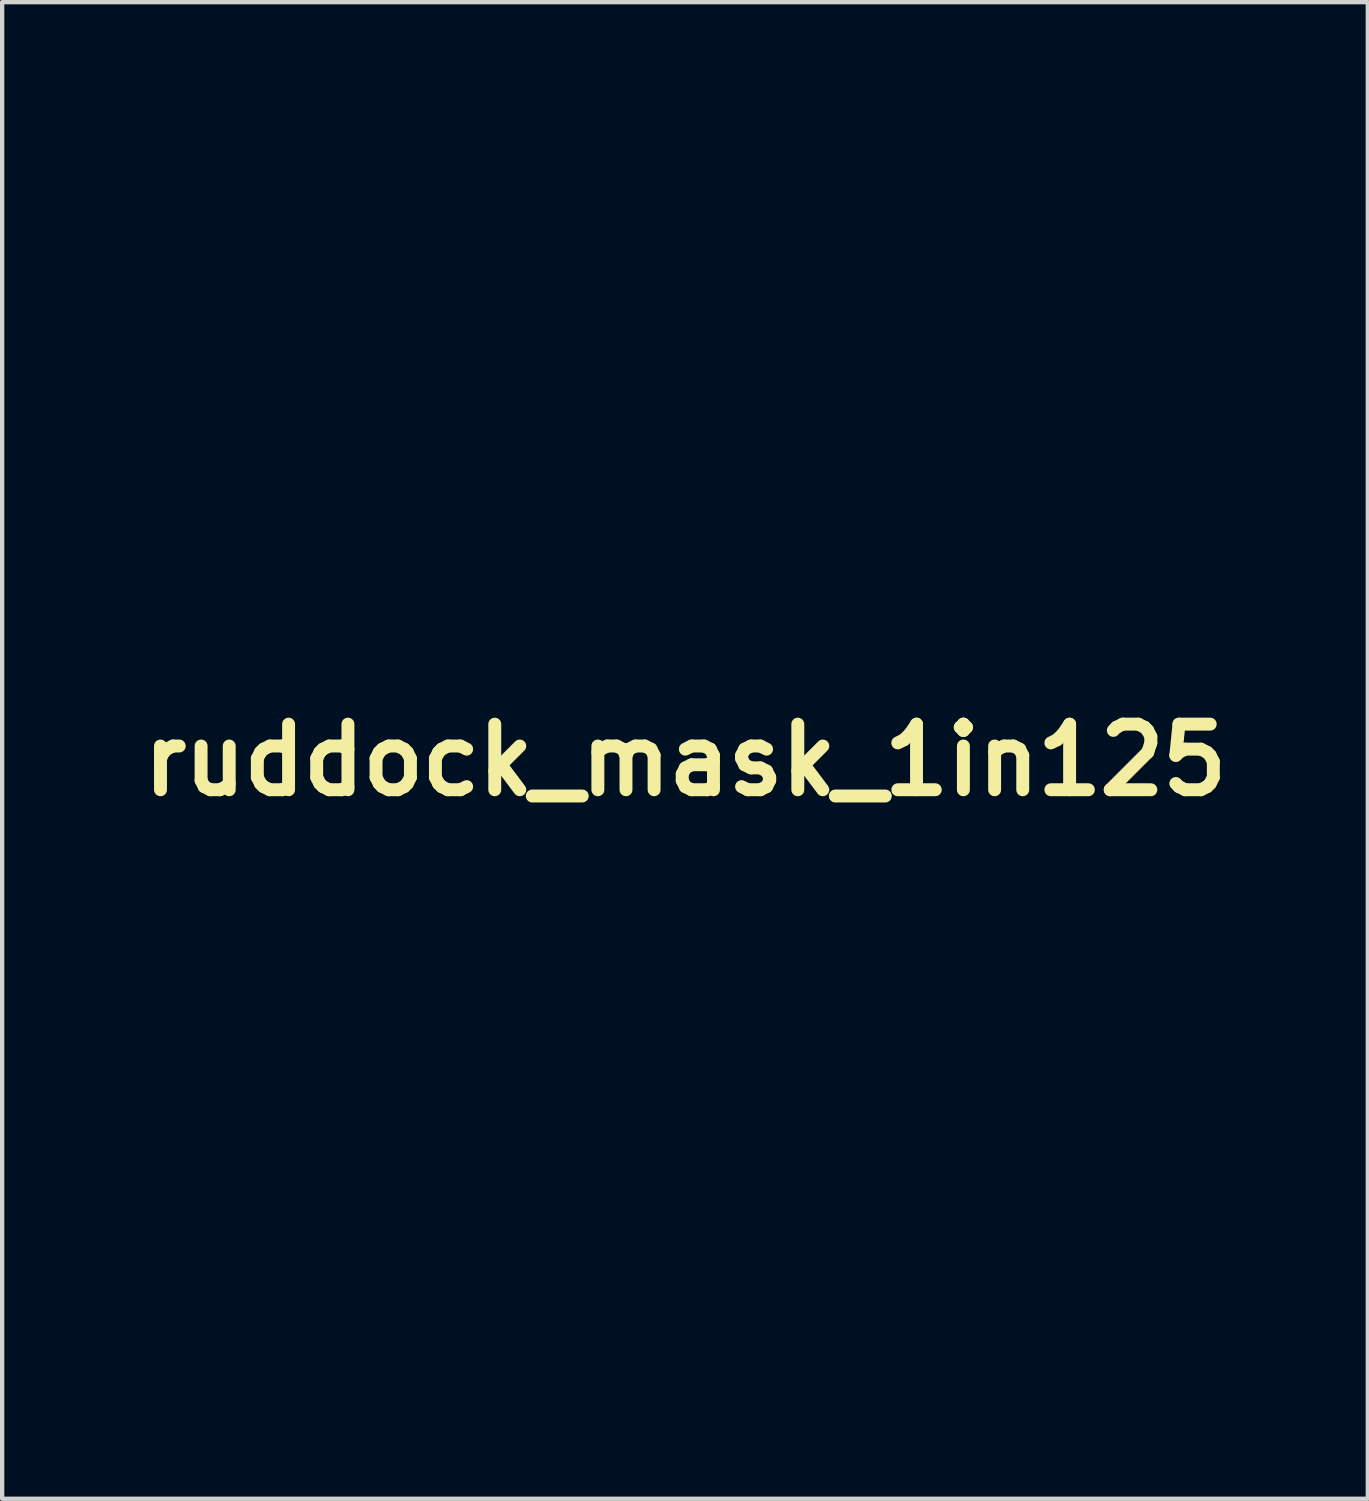
<source format=kicad_pcb>
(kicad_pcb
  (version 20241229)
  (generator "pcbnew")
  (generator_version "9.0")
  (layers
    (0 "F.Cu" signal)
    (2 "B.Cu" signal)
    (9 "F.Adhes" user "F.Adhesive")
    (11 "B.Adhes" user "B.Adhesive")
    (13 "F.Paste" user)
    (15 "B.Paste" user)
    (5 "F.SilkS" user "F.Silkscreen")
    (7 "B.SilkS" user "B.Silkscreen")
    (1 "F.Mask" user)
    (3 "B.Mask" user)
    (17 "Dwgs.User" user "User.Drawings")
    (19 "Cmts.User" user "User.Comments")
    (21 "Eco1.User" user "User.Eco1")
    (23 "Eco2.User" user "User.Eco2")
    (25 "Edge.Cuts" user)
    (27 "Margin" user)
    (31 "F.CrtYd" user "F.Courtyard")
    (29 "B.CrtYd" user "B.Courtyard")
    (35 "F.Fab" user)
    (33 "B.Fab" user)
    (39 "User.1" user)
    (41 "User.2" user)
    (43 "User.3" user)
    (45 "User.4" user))
  (footprint "ruddock_mask_1in125"
    (layer "F.Cu")
    (at 12.87 14.606)
    (property "Reference" "ruddock_mask_1in125" (at 0 0 0) (layer "F.SilkS") (effects (font (size 1.524 1.524) (thickness 0.3))))
    (attr through_hole)
    (fp_poly (pts (xy -8.055 5.722) (xy -7.95 5.762) (xy -7.803 5.83) (xy -7.631 5.919) (xy -7.447 6.02) (xy -7.268 6.127) (xy -7.108 6.23) (xy -7.032 6.284) (xy -6.883 6.403) (xy -6.744 6.528) (xy -6.645 6.634) (xy -6.636 6.645) (xy -6.567 6.748) (xy -6.532 6.846) (xy -6.522 6.974) (xy -6.523 7.055) (xy -6.535 7.193) (xy -6.564 7.387) (xy -6.606 7.612) (xy -6.656 7.843) (xy -6.661 7.866) (xy -6.746 8.254) (xy -6.804 8.578) (xy -6.834 8.853) (xy -6.84 9.092) (xy -6.827 9.281) (xy -6.779 9.538) (xy -6.693 9.767) (xy -6.557 9.997) (xy -6.46 10.129) (xy -6.366 10.254) (xy -6.316 10.332) (xy -6.306 10.383) (xy -6.327 10.425) (xy -6.35 10.452) (xy -6.43 10.516) (xy -6.553 10.592) (xy -6.645 10.639) (xy -6.922 10.724) (xy -7.23 10.735) (xy -7.465 10.697) (xy -7.736 10.593) (xy -7.963 10.421) (xy -8.137 10.192) (xy -8.222 10) (xy -8.269 9.875) (xy -8.313 9.786) (xy -8.334 9.76) (xy -8.388 9.77) (xy -8.47 9.825) (xy -8.492 9.846) (xy -8.655 9.956) (xy -8.879 10.03) (xy -9.168 10.069) (xy -9.404 10.077) (xy -9.8 10.077) (xy -9.709 9.98) (xy -9.653 9.893) (xy -9.603 9.749) (xy -9.552 9.538) (xy -9.536 9.454) (xy -9.483 9.217) (xy -9.421 9.012) (xy -9.359 8.864) (xy -9.351 8.849) (xy -9.247 8.673) (xy -9.357 8.623) (xy -9.599 8.467) (xy -9.807 8.235) (xy -9.927 8.038) (xy -10.104 7.764) (xy -10.305 7.565) (xy -10.529 7.445) (xy -10.584 7.428) (xy -10.764 7.382) (xy -10.556 7.288) (xy -10.391 7.231) (xy -10.199 7.187) (xy -10.092 7.173) (xy -9.942 7.165) (xy -9.838 7.177) (xy -9.744 7.218) (xy -9.654 7.277) (xy -9.529 7.349) (xy -9.356 7.431) (xy -9.165 7.51) (xy -9.1 7.534) (xy -8.817 7.616) (xy -8.582 7.643) (xy -8.384 7.615) (xy -8.272 7.57) (xy -8.171 7.472) (xy -8.098 7.302) (xy -8.053 7.065) (xy -8.038 6.769) (xy -8.053 6.42) (xy -8.085 6.116) (xy -8.104 5.949) (xy -8.113 5.814) (xy -8.11 5.732) (xy -8.106 5.718) (xy -8.055 5.722)) (stroke (width 0.01) (type solid)) (fill yes) (layer "F.Mask"))
    (fp_poly (pts (xy 8.011 5.074) (xy 8.021 5.148) (xy 8.036 5.291) (xy 8.056 5.487) (xy 8.078 5.724) (xy 8.101 5.985) (xy 8.106 6.032) (xy 8.179 6.88) (xy 8.376 6.857) (xy 8.489 6.831) (xy 8.656 6.777) (xy 8.855 6.703) (xy 9.064 6.616) (xy 9.085 6.607) (xy 9.307 6.514) (xy 9.534 6.428) (xy 9.738 6.358) (xy 9.893 6.314) (xy 9.894 6.314) (xy 10.065 6.28) (xy 10.251 6.25) (xy 10.433 6.227) (xy 10.594 6.211) (xy 10.715 6.206) (xy 10.779 6.213) (xy 10.785 6.219) (xy 10.753 6.253) (xy 10.669 6.319) (xy 10.558 6.395) (xy 10.39 6.538) (xy 10.216 6.738) (xy 10.052 6.973) (xy 9.915 7.222) (xy 9.846 7.383) (xy 9.767 7.535) (xy 9.647 7.646) (xy 9.469 7.733) (xy 9.369 7.765) (xy 9.252 7.809) (xy 9.203 7.858) (xy 9.22 7.928) (xy 9.302 8.033) (xy 9.341 8.075) (xy 9.469 8.236) (xy 9.561 8.418) (xy 9.611 8.562) (xy 9.687 8.762) (xy 9.783 8.948) (xy 9.845 9.038) (xy 9.921 9.14) (xy 9.967 9.213) (xy 9.974 9.236) (xy 9.929 9.233) (xy 9.828 9.211) (xy 9.715 9.179) (xy 9.471 9.13) (xy 9.188 9.112) (xy 9.143 9.112) (xy 8.968 9.112) (xy 8.846 9.099) (xy 8.747 9.068) (xy 8.64 9.01) (xy 8.613 8.994) (xy 8.411 8.87) (xy 8.411 8.988) (xy 8.426 9.115) (xy 8.458 9.24) (xy 8.481 9.348) (xy 8.467 9.458) (xy 8.434 9.556) (xy 8.312 9.769) (xy 8.13 9.926) (xy 7.894 10.026) (xy 7.607 10.069) (xy 7.275 10.052) (xy 7.058 10.012) (xy 6.833 9.98) (xy 6.61 9.979) (xy 6.579 9.982) (xy 6.35 10.007) (xy 6.586 9.782) (xy 6.717 9.648) (xy 6.804 9.531) (xy 6.868 9.395) (xy 6.919 9.244) (xy 6.969 9.058) (xy 6.999 8.87) (xy 7.011 8.667) (xy 7.003 8.437) (xy 6.975 8.167) (xy 6.926 7.846) (xy 6.855 7.46) (xy 6.83 7.329) (xy 6.756 6.939) (xy 6.702 6.621) (xy 6.668 6.369) (xy 6.654 6.173) (xy 6.658 6.027) (xy 6.681 5.922) (xy 6.697 5.885) (xy 6.752 5.83) (xy 6.865 5.75) (xy 7.018 5.656) (xy 7.171 5.572) (xy 7.398 5.444) (xy 7.603 5.311) (xy 7.761 5.188) (xy 7.793 5.157) (xy 7.99 4.964) (xy 8.011 5.074)) (stroke (width 0.01) (type solid)) (fill yes) (layer "F.Mask"))
    (fp_poly (pts (xy 11.442 -2.483) (xy 11.585 -2.459) (xy 11.78 -2.417) (xy 11.805 -2.411) (xy 11.982 -2.368) (xy 12.125 -2.328) (xy 12.217 -2.296) (xy 12.242 -2.28) (xy 12.211 -2.249) (xy 12.207 -2.249) (xy 12.159 -2.224) (xy 12.063 -2.159) (xy 11.936 -2.066) (xy 11.793 -1.957) (xy 11.652 -1.845) (xy 11.528 -1.741) (xy 11.513 -1.728) (xy 11.388 -1.618) (xy 11.631 -1.643) (xy 11.851 -1.679) (xy 12.007 -1.744) (xy 12.116 -1.846) (xy 12.179 -1.956) (xy 12.235 -2.06) (xy 12.275 -2.086) (xy 12.29 -2.073) (xy 12.309 -2) (xy 12.32 -1.868) (xy 12.324 -1.701) (xy 12.32 -1.522) (xy 12.31 -1.357) (xy 12.294 -1.228) (xy 12.281 -1.179) (xy 12.166 -0.989) (xy 11.984 -0.836) (xy 11.749 -0.73) (xy 11.54 -0.684) (xy 11.42 -0.663) (xy 11.342 -0.639) (xy 11.326 -0.626) (xy 11.354 -0.579) (xy 11.415 -0.517) (xy 11.542 -0.351) (xy 11.625 -0.127) (xy 11.658 0.141) (xy 11.658 0.17) (xy 11.655 0.314) (xy 11.646 0.421) (xy 11.634 0.469) (xy 11.584 0.471) (xy 11.486 0.449) (xy 11.448 0.436) (xy 11.303 0.401) (xy 11.179 0.416) (xy 11.158 0.423) (xy 11.064 0.447) (xy 11.009 0.446) (xy 11.007 0.445) (xy 10.99 0.395) (xy 10.964 0.286) (xy 10.935 0.137) (xy 10.929 0.103) (xy 10.867 -0.147) (xy 10.769 -0.42) (xy 10.649 -0.684) (xy 10.52 -0.908) (xy 10.475 -0.971) (xy 10.378 -1.077) (xy 10.249 -1.193) (xy 10.18 -1.245) (xy 9.99 -1.381) (xy 10.013 -1.118) (xy 10.027 -0.958) (xy 10.045 -0.749) (xy 10.065 -0.525) (xy 10.075 -0.416) (xy 10.09 -0.187) (xy 10.093 0.012) (xy 10.083 0.157) (xy 10.078 0.184) (xy 9.986 0.412) (xy 9.831 0.62) (xy 9.629 0.79) (xy 9.4 0.906) (xy 9.225 0.947) (xy 9.036 0.969) (xy 9.036 0.778) (xy 9.026 0.635) (xy 9.003 0.508) (xy 8.994 0.479) (xy 8.936 0.381) (xy 8.826 0.243) (xy 8.676 0.079) (xy 8.498 -0.098) (xy 8.305 -0.275) (xy 8.284 -0.293) (xy 8.052 -0.494) (xy 8.07 -0.253) (xy 8.076 -0.11) (xy 8.061 -0.016) (xy 8.017 0.063) (xy 7.963 0.127) (xy 7.84 0.266) (xy 7.615 0.171) (xy 7.472 0.123) (xy 7.279 0.074) (xy 7.068 0.032) (xy 6.975 0.017) (xy 6.617 -0.045) (xy 6.329 -0.121) (xy 6.101 -0.215) (xy 5.92 -0.331) (xy 5.863 -0.38) (xy 5.78 -0.459) (xy 5.74 -0.508) (xy 5.75 -0.529) (xy 5.818 -0.523) (xy 5.951 -0.493) (xy 6.154 -0.439) (xy 6.323 -0.401) (xy 6.467 -0.39) (xy 6.632 -0.403) (xy 6.707 -0.414) (xy 7.077 -0.49) (xy 7.431 -0.598) (xy 7.748 -0.731) (xy 8.006 -0.879) (xy 8.044 -0.907) (xy 8.237 -1.062) (xy 8.448 -1.252) (xy 8.662 -1.459) (xy 8.862 -1.668) (xy 9.035 -1.864) (xy 9.163 -2.031) (xy 9.201 -2.089) (xy 9.341 -2.323) (xy 9.511 -2.26) (xy 9.765 -2.205) (xy 10.056 -2.207) (xy 10.362 -2.266) (xy 10.475 -2.301) (xy 10.677 -2.364) (xy 10.904 -2.423) (xy 11.068 -2.458) (xy 11.209 -2.481) (xy 11.325 -2.49) (xy 11.442 -2.483)) (stroke (width 0.01) (type solid)) (fill yes) (layer "F.Mask"))
    (fp_poly (pts (xy -11.073 -1.525) (xy -10.929 -1.485) (xy -10.86 -1.453) (xy -10.746 -1.405) (xy -10.625 -1.381) (xy -10.468 -1.377) (xy -10.378 -1.38) (xy -10.068 -1.395) (xy -9.988 -1.187) (xy -9.817 -0.851) (xy -9.577 -0.542) (xy -9.316 -0.306) (xy -9.137 -0.177) (xy -8.961 -0.074) (xy -8.776 0.008) (xy -8.568 0.07) (xy -8.326 0.118) (xy -8.037 0.152) (xy -7.69 0.177) (xy -7.286 0.194) (xy -7.012 0.203) (xy -6.808 0.207) (xy -6.657 0.207) (xy -6.547 0.2) (xy -6.462 0.185) (xy -6.389 0.163) (xy -6.312 0.131) (xy -6.311 0.13) (xy -6.155 0.048) (xy -5.99 -0.059) (xy -5.92 -0.113) (xy -5.819 -0.19) (xy -5.777 -0.209) (xy -5.792 -0.168) (xy -5.867 -0.069) (xy -5.999 0.09) (xy -6.014 0.107) (xy -6.156 0.255) (xy -6.301 0.365) (xy -6.469 0.447) (xy -6.682 0.511) (xy -6.917 0.561) (xy -7.251 0.629) (xy -7.556 0.704) (xy -7.819 0.78) (xy -8.027 0.855) (xy -8.168 0.925) (xy -8.191 0.941) (xy -8.283 1.005) (xy -8.344 1.02) (xy -8.404 0.992) (xy -8.415 0.985) (xy -8.552 0.848) (xy -8.632 0.663) (xy -8.639 0.633) (xy -8.667 0.542) (xy -8.711 0.515) (xy -8.758 0.523) (xy -8.974 0.625) (xy -9.159 0.796) (xy -9.228 0.888) (xy -9.37 1.141) (xy -9.44 1.396) (xy -9.452 1.572) (xy -9.464 1.696) (xy -9.497 1.747) (xy -9.504 1.748) (xy -9.564 1.732) (xy -9.679 1.69) (xy -9.827 1.629) (xy -9.886 1.604) (xy -10.124 1.488) (xy -10.296 1.372) (xy -10.418 1.241) (xy -10.506 1.081) (xy -10.53 1.023) (xy -10.595 0.837) (xy -10.631 0.696) (xy -10.636 0.573) (xy -10.609 0.443) (xy -10.549 0.28) (xy -10.494 0.149) (xy -10.42 -0.033) (xy -10.356 -0.201) (xy -10.312 -0.33) (xy -10.298 -0.382) (xy -10.272 -0.512) (xy -10.442 -0.49) (xy -10.666 -0.43) (xy -10.887 -0.321) (xy -11.072 -0.181) (xy -11.125 -0.125) (xy -11.207 -0.01) (xy -11.302 0.145) (xy -11.379 0.289) (xy -11.443 0.427) (xy -11.484 0.548) (xy -11.508 0.68) (xy -11.522 0.852) (xy -11.527 0.976) (xy -11.543 1.395) (xy -11.783 1.489) (xy -11.915 1.538) (xy -12.017 1.572) (xy -12.06 1.582) (xy -12.07 1.544) (xy -12.071 1.442) (xy -12.066 1.294) (xy -12.055 1.12) (xy -12.04 0.938) (xy -12.022 0.766) (xy -12.003 0.624) (xy -11.984 0.53) (xy -11.975 0.506) (xy -11.986 0.458) (xy -12.062 0.415) (xy -12.221 0.35) (xy -12.349 0.272) (xy -12.48 0.161) (xy -12.562 0.079) (xy -12.706 -0.076) (xy -12.797 -0.202) (xy -12.845 -0.321) (xy -12.864 -0.456) (xy -12.865 -0.51) (xy -12.859 -0.643) (xy -12.833 -0.698) (xy -12.78 -0.68) (xy -12.704 -0.608) (xy -12.599 -0.529) (xy -12.492 -0.485) (xy -12.4 -0.484) (xy -12.278 -0.503) (xy -12.152 -0.536) (xy -12.049 -0.574) (xy -11.995 -0.611) (xy -11.992 -0.62) (xy -12.028 -0.648) (xy -12.122 -0.69) (xy -12.231 -0.73) (xy -12.364 -0.789) (xy -12.502 -0.872) (xy -12.631 -0.967) (xy -12.734 -1.062) (xy -12.798 -1.143) (xy -12.806 -1.197) (xy -12.802 -1.202) (xy -12.738 -1.233) (xy -12.61 -1.275) (xy -12.435 -1.324) (xy -12.229 -1.375) (xy -12.011 -1.425) (xy -11.796 -1.468) (xy -11.733 -1.48) (xy -11.457 -1.522) (xy -11.243 -1.537) (xy -11.073 -1.525)) (stroke (width 0.01) (type solid)) (fill yes) (layer "F.Mask"))
    (fp_poly (pts (xy 10.276 -0.913) (xy 10.327 -0.847) (xy 10.395 -0.734) (xy 10.472 -0.591) (xy 10.551 -0.433) (xy 10.622 -0.273) (xy 10.678 -0.129) (xy 10.694 -0.083) (xy 10.768 0.189) (xy 10.804 0.415) (xy 10.804 0.622) (xy 10.769 0.837) (xy 10.766 0.852) (xy 10.723 1.082) (xy 10.707 1.309) (xy 10.718 1.555) (xy 10.756 1.841) (xy 10.804 2.096) (xy 10.871 2.402) (xy 10.946 2.65) (xy 11.037 2.854) (xy 11.155 3.026) (xy 11.311 3.18) (xy 11.516 3.328) (xy 11.778 3.483) (xy 12.045 3.625) (xy 12.224 3.721) (xy 12.371 3.805) (xy 12.472 3.87) (xy 12.514 3.907) (xy 12.514 3.911) (xy 12.467 3.94) (xy 12.362 3.983) (xy 12.22 4.033) (xy 12.2 4.039) (xy 11.993 4.096) (xy 11.816 4.117) (xy 11.658 4.111) (xy 11.515 4.103) (xy 11.445 4.111) (xy 11.438 4.137) (xy 11.476 4.196) (xy 11.544 4.298) (xy 11.604 4.387) (xy 11.682 4.511) (xy 11.723 4.618) (xy 11.74 4.745) (xy 11.742 4.866) (xy 11.737 5.067) (xy 11.726 5.29) (xy 11.715 5.426) (xy 11.688 5.71) (xy 11.476 5.506) (xy 11.293 5.356) (xy 11.121 5.263) (xy 11.086 5.252) (xy 10.98 5.215) (xy 10.917 5.182) (xy 10.909 5.172) (xy 10.883 5.129) (xy 10.815 5.042) (xy 10.716 4.927) (xy 10.69 4.897) (xy 10.47 4.651) (xy 10.263 4.969) (xy 10.17 5.109) (xy 10.094 5.217) (xy 10.045 5.278) (xy 10.035 5.286) (xy 10.004 5.254) (xy 9.938 5.169) (xy 9.849 5.046) (xy 9.808 4.987) (xy 9.603 4.689) (xy 9.608 4.354) (xy 9.622 4.139) (xy 9.653 3.907) (xy 9.692 3.716) (xy 9.73 3.535) (xy 9.749 3.373) (xy 9.748 3.247) (xy 9.727 3.175) (xy 9.708 3.165) (xy 9.647 3.192) (xy 9.549 3.262) (xy 9.434 3.357) (xy 9.322 3.459) (xy 9.233 3.552) (xy 9.197 3.602) (xy 9.159 3.696) (xy 9.119 3.848) (xy 9.08 4.034) (xy 9.06 4.156) (xy 9.014 4.417) (xy 8.955 4.648) (xy 8.874 4.875) (xy 8.764 5.119) (xy 8.615 5.406) (xy 8.6 5.433) (xy 8.508 5.6) (xy 8.448 5.703) (xy 8.41 5.749) (xy 8.386 5.749) (xy 8.369 5.71) (xy 8.361 5.683) (xy 8.341 5.594) (xy 8.313 5.444) (xy 8.28 5.253) (xy 8.247 5.042) (xy 8.246 5.038) (xy 8.212 4.82) (xy 8.18 4.614) (xy 8.154 4.443) (xy 8.136 4.334) (xy 8.107 4.151) (xy 7.988 4.385) (xy 7.898 4.534) (xy 7.772 4.703) (xy 7.636 4.858) (xy 7.628 4.867) (xy 7.491 4.999) (xy 7.375 5.087) (xy 7.249 5.148) (xy 7.088 5.202) (xy 6.85 5.293) (xy 6.674 5.412) (xy 6.544 5.576) (xy 6.442 5.802) (xy 6.419 5.868) (xy 6.372 6.01) (xy 6.332 6.114) (xy 6.309 6.162) (xy 6.308 6.163) (xy 6.287 6.127) (xy 6.258 6.037) (xy 6.25 6.006) (xy 6.186 5.708) (xy 6.139 5.384) (xy 6.11 5.05) (xy 6.101 4.728) (xy 6.111 4.435) (xy 6.141 4.189) (xy 6.176 4.05) (xy 6.252 3.875) (xy 6.363 3.673) (xy 6.493 3.468) (xy 6.626 3.283) (xy 6.748 3.144) (xy 6.783 3.112) (xy 6.863 3.041) (xy 6.882 3.008) (xy 6.846 2.998) (xy 6.831 2.998) (xy 6.659 2.963) (xy 6.472 2.866) (xy 6.289 2.721) (xy 6.128 2.543) (xy 6.056 2.435) (xy 6.008 2.332) (xy 5.957 2.189) (xy 5.909 2.029) (xy 5.869 1.872) (xy 5.844 1.74) (xy 5.839 1.655) (xy 5.845 1.636) (xy 5.892 1.637) (xy 5.995 1.657) (xy 6.117 1.688) (xy 6.257 1.726) (xy 6.346 1.739) (xy 6.41 1.727) (xy 6.476 1.69) (xy 6.483 1.685) (xy 6.597 1.611) (xy 6.466 1.549) (xy 6.364 1.468) (xy 6.26 1.338) (xy 6.174 1.187) (xy 6.126 1.048) (xy 6.121 1.003) (xy 6.14 0.92) (xy 6.189 0.795) (xy 6.243 0.686) (xy 6.317 0.528) (xy 6.346 0.407) (xy 6.342 0.312) (xy 6.332 0.216) (xy 6.337 0.168) (xy 6.34 0.167) (xy 6.378 0.192) (xy 6.469 0.261) (xy 6.601 0.367) (xy 6.765 0.499) (xy 6.892 0.603) (xy 7.104 0.776) (xy 7.262 0.897) (xy 7.372 0.971) (xy 7.443 1.001) (xy 7.481 0.993) (xy 7.495 0.949) (xy 7.495 0.936) (xy 7.523 0.883) (xy 7.598 0.789) (xy 7.707 0.668) (xy 7.778 0.595) (xy 7.91 0.46) (xy 8.027 0.334) (xy 8.11 0.238) (xy 8.133 0.208) (xy 8.172 0.155) (xy 8.191 0.148) (xy 8.194 0.199) (xy 8.184 0.319) (xy 8.18 0.358) (xy 8.18 0.606) (xy 8.236 0.799) (xy 8.353 0.944) (xy 8.422 0.993) (xy 8.496 1.033) (xy 8.578 1.059) (xy 8.688 1.074) (xy 8.843 1.081) (xy 9.041 1.082) (xy 9.275 1.078) (xy 9.446 1.066) (xy 9.573 1.043) (xy 9.675 1.007) (xy 9.681 1.005) (xy 9.809 0.925) (xy 9.955 0.802) (xy 10.097 0.658) (xy 10.215 0.516) (xy 10.285 0.396) (xy 10.286 0.394) (xy 10.315 0.252) (xy 10.325 0.044) (xy 10.314 -0.215) (xy 10.284 -0.51) (xy 10.281 -0.533) (xy 10.262 -0.696) (xy 10.25 -0.829) (xy 10.249 -0.908) (xy 10.251 -0.918) (xy 10.276 -0.913)) (stroke (width 0.01) (type solid)) (fill yes) (layer "F.Mask"))
    (fp_poly (pts (xy 0.362 -14.6) (xy 0.363 -14.554) (xy 0.347 -14.455) (xy 0.333 -14.386) (xy 0.31 -14.269) (xy 0.301 -14.191) (xy 0.303 -14.174) (xy 0.339 -14.191) (xy 0.421 -14.249) (xy 0.515 -14.324) (xy 0.71 -14.455) (xy 0.908 -14.52) (xy 1.138 -14.526) (xy 1.194 -14.521) (xy 1.37 -14.476) (xy 1.494 -14.386) (xy 1.56 -14.309) (xy 1.567 -14.267) (xy 1.541 -14.25) (xy 1.423 -14.199) (xy 1.278 -14.125) (xy 1.128 -14.041) (xy 0.993 -13.96) (xy 0.896 -13.892) (xy 0.859 -13.857) (xy 0.831 -13.784) (xy 0.864 -13.76) (xy 0.954 -13.786) (xy 1.057 -13.84) (xy 1.284 -13.932) (xy 1.509 -13.942) (xy 1.727 -13.868) (xy 1.77 -13.844) (xy 1.894 -13.781) (xy 2.008 -13.744) (xy 2.04 -13.74) (xy 2.144 -13.739) (xy 2.053 -13.667) (xy 1.992 -13.599) (xy 1.907 -13.478) (xy 1.814 -13.327) (xy 1.779 -13.264) (xy 1.685 -13.105) (xy 1.591 -12.968) (xy 1.512 -12.873) (xy 1.49 -12.854) (xy 1.349 -12.785) (xy 1.18 -12.751) (xy 1.015 -12.757) (xy 0.898 -12.799) (xy 0.822 -12.842) (xy 0.78 -12.832) (xy 0.748 -12.78) (xy 0.704 -12.721) (xy 0.656 -12.732) (xy 0.632 -12.751) (xy 0.536 -12.789) (xy 0.372 -12.795) (xy 0.327 -12.792) (xy 0.092 -12.776) (xy 0.332 -12.525) (xy 0.601 -12.204) (xy 0.804 -11.868) (xy 0.941 -11.54) (xy 1.032 -11.235) (xy 1.086 -10.939) (xy 1.106 -10.627) (xy 1.093 -10.276) (xy 1.071 -10.035) (xy 1.04 -9.693) (xy 1.029 -9.376) (xy 1.036 -9.04) (xy 1.044 -8.877) (xy 1.082 -8.389) (xy 1.135 -7.976) (xy 1.206 -7.632) (xy 1.297 -7.349) (xy 1.411 -7.121) (xy 1.552 -6.94) (xy 1.72 -6.799) (xy 1.856 -6.721) (xy 2.009 -6.655) (xy 2.134 -6.627) (xy 2.275 -6.629) (xy 2.307 -6.632) (xy 2.476 -6.664) (xy 2.643 -6.717) (xy 2.701 -6.743) (xy 2.802 -6.791) (xy 2.864 -6.814) (xy 2.873 -6.812) (xy 2.852 -6.735) (xy 2.797 -6.615) (xy 2.722 -6.479) (xy 2.642 -6.352) (xy 2.584 -6.275) (xy 2.423 -6.15) (xy 2.203 -6.073) (xy 1.918 -6.043) (xy 1.666 -6.051) (xy 1.408 -6.079) (xy 1.208 -6.122) (xy 1.036 -6.189) (xy 0.868 -6.288) (xy 0.846 -6.303) (xy 0.645 -6.44) (xy 0.208 -6.345) (xy -0.071 -6.289) (xy -0.297 -6.259) (xy -0.493 -6.254) (xy -0.685 -6.274) (xy -0.897 -6.319) (xy -0.935 -6.329) (xy -1.259 -6.412) (xy -1.495 -6.266) (xy -1.728 -6.141) (xy -1.953 -6.067) (xy -2.191 -6.04) (xy -2.468 -6.056) (xy -2.635 -6.081) (xy -2.777 -6.117) (xy -2.953 -6.179) (xy -3.114 -6.249) (xy -3.394 -6.383) (xy -3.206 -6.437) (xy -3.043 -6.483) (xy -2.874 -6.528) (xy -2.841 -6.537) (xy -2.647 -6.614) (xy -2.48 -6.744) (xy -2.335 -6.933) (xy -2.208 -7.188) (xy -2.093 -7.517) (xy -2.063 -7.621) (xy -2.034 -7.731) (xy -2.009 -7.835) (xy -1.989 -7.941) (xy -1.973 -8.062) (xy -1.96 -8.207) (xy -1.949 -8.388) (xy -1.938 -8.615) (xy -1.928 -8.898) (xy -1.917 -9.249) (xy -1.911 -9.448) (xy -1.902 -9.786) (xy -1.895 -10.099) (xy -1.889 -10.377) (xy -1.886 -10.609) (xy -1.885 -10.786) (xy -1.886 -10.897) (xy -1.89 -10.932) (xy -1.94 -10.97) (xy -2.042 -11.003) (xy -2.089 -11.012) (xy -2.219 -11.038) (xy -2.378 -11.079) (xy -2.544 -11.128) (xy -2.693 -11.176) (xy -2.802 -11.219) (xy -2.844 -11.242) (xy -2.819 -11.256) (xy -2.725 -11.27) (xy -2.578 -11.283) (xy -2.391 -11.294) (xy -2.386 -11.295) (xy -2.098 -11.313) (xy -1.888 -11.338) (xy -1.757 -11.366) (xy -1.706 -11.396) (xy -1.735 -11.424) (xy -1.846 -11.449) (xy -2.037 -11.467) (xy -2.311 -11.477) (xy -2.346 -11.478) (xy -2.583 -11.484) (xy -2.765 -11.498) (xy -2.886 -11.516) (xy -2.94 -11.538) (xy -2.924 -11.563) (xy -2.832 -11.588) (xy -2.771 -11.598) (xy -2.598 -11.611) (xy -2.364 -11.608) (xy -2.088 -11.591) (xy -1.792 -11.56) (xy -1.728 -11.552) (xy -1.605 -11.541) (xy -1.556 -11.551) (xy -1.561 -11.564) (xy -1.661 -11.626) (xy -1.825 -11.691) (xy -2.034 -11.753) (xy -2.27 -11.806) (xy -2.498 -11.842) (xy -2.699 -11.867) (xy -2.841 -11.878) (xy -2.948 -11.875) (xy -3.042 -11.857) (xy -3.148 -11.824) (xy -3.148 -11.824) (xy -3.288 -11.773) (xy -3.406 -11.724) (xy -3.452 -11.703) (xy -3.51 -11.675) (xy -3.533 -11.68) (xy -3.52 -11.733) (xy -3.474 -11.846) (xy -3.461 -11.876) (xy -3.351 -12.071) (xy -3.2 -12.219) (xy -2.999 -12.327) (xy -2.735 -12.403) (xy -2.561 -12.433) (xy -2.408 -12.469) (xy -2.294 -12.537) (xy -2.218 -12.613) (xy -2.104 -12.738) (xy -1.986 -12.865) (xy -1.958 -12.894) (xy -1.88 -12.991) (xy -1.836 -13.074) (xy -1.832 -13.095) (xy -1.799 -13.225) (xy -1.712 -13.358) (xy -1.65 -13.417) (xy -1.558 -13.48) (xy -1.51 -13.478) (xy -1.499 -13.427) (xy -1.469 -13.358) (xy -1.395 -13.339) (xy -1.306 -13.375) (xy -1.289 -13.388) (xy -1.232 -13.474) (xy -1.209 -13.606) (xy -1.208 -13.662) (xy -1.18 -13.86) (xy -1.097 -13.996) (xy -0.962 -14.069) (xy -0.843 -14.082) (xy -0.712 -14.07) (xy -0.605 -14.043) (xy -0.588 -14.035) (xy -0.486 -13.995) (xy -0.433 -14.019) (xy -0.417 -14.114) (xy -0.416 -14.131) (xy -0.392 -14.283) (xy -0.311 -14.398) (xy -0.166 -14.484) (xy 0.048 -14.549) (xy 0.194 -14.579) (xy 0.305 -14.598) (xy 0.36 -14.601) (xy 0.362 -14.6)) (stroke (width 0.01) (type solid)) (fill yes) (layer "F.Mask"))
    (fp_poly (pts (xy 8.216 -11.162) (xy 8.237 -11.059) (xy 8.255 -10.909) (xy 8.264 -10.814) (xy 8.276 -10.624) (xy 8.276 -10.49) (xy 8.261 -10.385) (xy 8.227 -10.282) (xy 8.191 -10.197) (xy 8.048 -9.968) (xy 7.851 -9.789) (xy 7.617 -9.672) (xy 7.464 -9.637) (xy 7.251 -9.609) (xy 7.352 -9.448) (xy 7.442 -9.233) (xy 7.453 -9.008) (xy 7.386 -8.791) (xy 7.329 -8.696) (xy 7.246 -8.556) (xy 7.209 -8.411) (xy 7.217 -8.243) (xy 7.268 -8.031) (xy 7.301 -7.929) (xy 7.342 -7.798) (xy 7.368 -7.686) (xy 7.38 -7.57) (xy 7.381 -7.426) (xy 7.372 -7.231) (xy 7.366 -7.141) (xy 7.352 -6.881) (xy 7.341 -6.591) (xy 7.334 -6.313) (xy 7.332 -6.174) (xy 7.332 -5.958) (xy 7.34 -5.801) (xy 7.359 -5.68) (xy 7.391 -5.573) (xy 7.431 -5.475) (xy 7.503 -5.327) (xy 7.578 -5.195) (xy 7.622 -5.131) (xy 7.705 -5.042) (xy 7.808 -4.956) (xy 7.903 -4.893) (xy 7.959 -4.872) (xy 7.985 -4.913) (xy 8.007 -5.034) (xy 8.025 -5.233) (xy 8.039 -5.507) (xy 8.049 -5.853) (xy 8.054 -6.269) (xy 8.054 -6.329) (xy 8.059 -7.308) (xy 8.219 -7.647) (xy 8.301 -7.815) (xy 8.37 -7.927) (xy 8.445 -8.004) (xy 8.542 -8.067) (xy 8.63 -8.111) (xy 8.648 -8.084) (xy 8.66 -7.997) (xy 8.661 -7.944) (xy 8.682 -7.79) (xy 8.747 -7.596) (xy 8.826 -7.42) (xy 8.9 -7.27) (xy 8.962 -7.154) (xy 9.001 -7.088) (xy 9.01 -7.079) (xy 9.033 -7.114) (xy 9.071 -7.206) (xy 9.097 -7.276) (xy 9.133 -7.37) (xy 9.18 -7.445) (xy 9.252 -7.517) (xy 9.364 -7.601) (xy 9.532 -7.712) (xy 9.541 -7.718) (xy 9.795 -7.898) (xy 9.979 -8.063) (xy 10.049 -8.148) (xy 10.181 -8.336) (xy 10.206 -8.051) (xy 10.233 -7.867) (xy 10.278 -7.685) (xy 10.318 -7.57) (xy 10.394 -7.324) (xy 10.414 -7.07) (xy 10.379 -6.833) (xy 10.333 -6.716) (xy 10.28 -6.61) (xy 10.248 -6.539) (xy 10.243 -6.524) (xy 10.281 -6.528) (xy 10.381 -6.551) (xy 10.529 -6.59) (xy 10.67 -6.629) (xy 10.882 -6.686) (xy 11.102 -6.739) (xy 11.315 -6.786) (xy 11.504 -6.823) (xy 11.655 -6.847) (xy 11.75 -6.856) (xy 11.776 -6.851) (xy 11.757 -6.816) (xy 11.688 -6.741) (xy 11.586 -6.642) (xy 11.564 -6.622) (xy 11.39 -6.435) (xy 11.217 -6.191) (xy 11.095 -5.985) (xy 10.978 -5.781) (xy 10.871 -5.608) (xy 10.762 -5.45) (xy 10.638 -5.29) (xy 10.488 -5.112) (xy 10.299 -4.901) (xy 10.171 -4.76) (xy 9.959 -4.517) (xy 9.802 -4.305) (xy 9.69 -4.102) (xy 9.612 -3.887) (xy 9.559 -3.638) (xy 9.532 -3.45) (xy 9.475 -3.134) (xy 9.382 -2.827) (xy 9.318 -2.665) (xy 9.246 -2.497) (xy 9.179 -2.365) (xy 9.103 -2.248) (xy 9.005 -2.127) (xy 8.87 -1.982) (xy 8.751 -1.86) (xy 8.538 -1.655) (xy 8.301 -1.447) (xy 8.057 -1.248) (xy 7.82 -1.071) (xy 7.606 -0.927) (xy 7.43 -0.827) (xy 7.39 -0.809) (xy 7.282 -0.774) (xy 7.117 -0.733) (xy 6.92 -0.691) (xy 6.781 -0.665) (xy 6.331 -0.588) (xy 5.98 -0.725) (xy 5.784 -0.809) (xy 5.581 -0.91) (xy 5.361 -1.035) (xy 5.113 -1.19) (xy 4.826 -1.383) (xy 4.489 -1.62) (xy 4.387 -1.693) (xy 4.137 -1.871) (xy 3.946 -2.006) (xy 3.805 -2.101) (xy 3.707 -2.162) (xy 3.642 -2.196) (xy 3.604 -2.207) (xy 3.602 -2.207) (xy 3.587 -2.171) (xy 3.589 -2.092) (xy 3.606 -2.027) (xy 3.651 -1.978) (xy 3.742 -1.931) (xy 3.872 -1.882) (xy 3.99 -1.836) (xy 4.094 -1.782) (xy 4.199 -1.708) (xy 4.322 -1.602) (xy 4.479 -1.452) (xy 4.563 -1.37) (xy 4.745 -1.185) (xy 4.875 -1.041) (xy 4.965 -0.923) (xy 5.025 -0.818) (xy 5.058 -0.737) (xy 5.104 -0.607) (xy 5.14 -0.507) (xy 5.152 -0.472) (xy 5.134 -0.416) (xy 5.087 -0.379) (xy 5.019 -0.361) (xy 4.926 -0.377) (xy 4.786 -0.431) (xy 4.77 -0.438) (xy 4.644 -0.492) (xy 4.552 -0.53) (xy 4.517 -0.541) (xy 4.501 -0.506) (xy 4.497 -0.446) (xy 4.529 -0.356) (xy 4.618 -0.237) (xy 4.684 -0.167) (xy 4.815 -0.01) (xy 4.874 0.127) (xy 4.861 0.238) (xy 4.777 0.318) (xy 4.684 0.349) (xy 4.587 0.353) (xy 4.455 0.322) (xy 4.271 0.254) (xy 4.226 0.236) (xy 3.893 0.095) (xy 3.836 -0.202) (xy 3.805 -0.347) (xy 3.774 -0.452) (xy 3.75 -0.499) (xy 3.748 -0.5) (xy 3.717 -0.465) (xy 3.665 -0.373) (xy 3.604 -0.248) (xy 3.541 -0.117) (xy 3.49 -0.049) (xy 3.437 -0.045) (xy 3.373 -0.107) (xy 3.286 -0.239) (xy 3.232 -0.328) (xy 3.092 -0.562) (xy 3.124 -1.02) (xy 3.135 -1.22) (xy 3.136 -1.38) (xy 3.129 -1.486) (xy 3.119 -1.518) (xy 3.093 -1.512) (xy 3.081 -1.435) (xy 3.081 -1.421) (xy 3.06 -1.304) (xy 3.006 -1.163) (xy 2.971 -1.097) (xy 2.861 -0.909) (xy 2.773 -1.048) (xy 2.731 -1.129) (xy 2.704 -1.222) (xy 2.691 -1.35) (xy 2.686 -1.533) (xy 2.686 -1.589) (xy 2.684 -1.779) (xy 2.676 -1.906) (xy 2.658 -1.99) (xy 2.626 -2.051) (xy 2.585 -2.099) (xy 2.509 -2.171) (xy 2.456 -2.206) (xy 2.451 -2.207) (xy 2.393 -2.186) (xy 2.298 -2.134) (xy 2.191 -2.067) (xy 2.099 -2.002) (xy 2.045 -1.953) (xy 2.04 -1.943) (xy 2.063 -1.849) (xy 2.124 -1.702) (xy 2.217 -1.514) (xy 2.334 -1.302) (xy 2.466 -1.079) (xy 2.607 -0.859) (xy 2.682 -0.75) (xy 2.863 -0.49) (xy 3.001 -0.282) (xy 3.103 -0.109) (xy 3.176 0.045) (xy 3.228 0.195) (xy 3.264 0.356) (xy 3.293 0.546) (xy 3.309 0.677) (xy 3.337 0.916) (xy 5.663 0.916) (xy 5.663 11.329) (xy 5.553 11.546) (xy 5.407 11.793) (xy 5.231 12.029) (xy 5.045 12.227) (xy 4.925 12.327) (xy 4.731 12.447) (xy 4.462 12.581) (xy 4.127 12.728) (xy 3.733 12.883) (xy 3.287 13.044) (xy 2.797 13.209) (xy 2.269 13.374) (xy 2.228 13.386) (xy 1.831 13.507) (xy 1.505 13.612) (xy 1.243 13.703) (xy 1.034 13.784) (xy 0.871 13.859) (xy 0.744 13.932) (xy 0.644 14.005) (xy 0.636 14.012) (xy 0.535 14.093) (xy 0.457 14.144) (xy 0.431 14.154) (xy 0.379 14.135) (xy 0.273 14.089) (xy 0.134 14.025) (xy 0.104 14.011) (xy -0.329 13.829) (xy -0.771 13.698) (xy -1.257 13.606) (xy -1.312 13.599) (xy -1.787 13.531) (xy -2.196 13.466) (xy -2.556 13.397) (xy -2.883 13.322) (xy -3.195 13.236) (xy -3.509 13.134) (xy -3.841 13.014) (xy -4.122 12.904) (xy -4.612 12.687) (xy -5.026 12.454) (xy -5.374 12.199) (xy -5.662 11.918) (xy -5.898 11.607) (xy -6.079 11.326) (xy -6.1 2.5) (xy -4.115 2.5) (xy -4.071 2.537) (xy -3.971 2.594) (xy -3.834 2.658) (xy -3.816 2.665) (xy -3.549 2.794) (xy -3.353 2.929) (xy -3.217 3.078) (xy -3.166 3.162) (xy -3.086 3.276) (xy -2.966 3.401) (xy -2.877 3.474) (xy -2.733 3.594) (xy -2.601 3.732) (xy -2.494 3.868) (xy -2.428 3.983) (xy -2.415 4.039) (xy -2.384 4.107) (xy -2.307 4.186) (xy -2.29 4.199) (xy -2.197 4.296) (xy -2.165 4.387) (xy -2.134 4.476) (xy -2.048 4.597) (xy -1.975 4.676) (xy -1.873 4.783) (xy -1.819 4.86) (xy -1.801 4.933) (xy -1.808 5.031) (xy -1.813 5.068) (xy -1.857 5.286) (xy -1.929 5.475) (xy -2.038 5.647) (xy -2.195 5.813) (xy -2.407 5.985) (xy -2.685 6.174) (xy -2.774 6.229) (xy -2.927 6.323) (xy -3.029 6.378) (xy -3.101 6.399) (xy -3.161 6.395) (xy -3.221 6.373) (xy -3.39 6.312) (xy -3.518 6.297) (xy -3.633 6.332) (xy -3.762 6.423) (xy -3.844 6.496) (xy -3.994 6.651) (xy -4.071 6.771) (xy -4.072 6.857) (xy -4.04 6.891) (xy -3.98 6.888) (xy -3.894 6.847) (xy -3.816 6.809) (xy -3.792 6.826) (xy -3.824 6.883) (xy -3.872 6.933) (xy -3.948 7.029) (xy -3.95 7.101) (xy -3.886 7.143) (xy -3.765 7.143) (xy -3.689 7.127) (xy -3.591 7.103) (xy -3.549 7.116) (xy -3.54 7.178) (xy -3.539 7.205) (xy -3.509 7.322) (xy -3.458 7.369) (xy -3.394 7.387) (xy -3.337 7.353) (xy -3.284 7.288) (xy -3.221 7.208) (xy -3.18 7.189) (xy -3.135 7.223) (xy -3.114 7.246) (xy -3.018 7.309) (xy -2.935 7.329) (xy -2.87 7.317) (xy -2.827 7.271) (xy -2.801 7.177) (xy -2.784 7.019) (xy -2.78 6.954) (xy -2.769 6.766) (xy -2.48 6.625) (xy -2.26 6.525) (xy -2.086 6.473) (xy -1.937 6.468) (xy -1.79 6.511) (xy -1.624 6.603) (xy -1.553 6.649) (xy -1.368 6.781) (xy -1.173 6.935) (xy -0.983 7.096) (xy -0.814 7.252) (xy -0.68 7.39) (xy -0.595 7.495) (xy -0.585 7.512) (xy -0.554 7.588) (xy -0.561 7.641) (xy -0.615 7.673) (xy -0.726 7.688) (xy -0.901 7.689) (xy -1.131 7.678) (xy -1.339 7.667) (xy -1.481 7.664) (xy -1.574 7.669) (xy -1.635 7.686) (xy -1.682 7.718) (xy -1.725 7.759) (xy -1.797 7.861) (xy -1.829 7.992) (xy -1.82 8.164) (xy -1.771 8.392) (xy -1.749 8.474) (xy -1.685 8.729) (xy -1.663 8.923) (xy -1.686 9.068) (xy -1.756 9.177) (xy -1.878 9.263) (xy -1.968 9.305) (xy -2.17 9.358) (xy -2.358 9.351) (xy -2.515 9.288) (xy -2.626 9.175) (xy -2.662 9.091) (xy -2.719 8.948) (xy -2.804 8.815) (xy -2.898 8.713) (xy -2.986 8.663) (xy -3.002 8.661) (xy -3.097 8.68) (xy -3.21 8.725) (xy -3.213 8.727) (xy -3.295 8.781) (xy -3.305 8.825) (xy -3.294 8.839) (xy -3.253 8.897) (xy -3.275 8.942) (xy -3.367 8.985) (xy -3.404 8.997) (xy -3.595 9.076) (xy -3.714 9.161) (xy -3.759 9.248) (xy -3.727 9.333) (xy -3.659 9.386) (xy -3.586 9.44) (xy -3.55 9.506) (xy -3.54 9.617) (xy -3.539 9.662) (xy -3.537 9.783) (xy -3.521 9.841) (xy -3.48 9.855) (xy -3.425 9.849) (xy -3.327 9.837) (xy -3.177 9.823) (xy -3.006 9.81) (xy -2.993 9.809) (xy -2.822 9.801) (xy -2.686 9.81) (xy -2.55 9.839) (xy -2.38 9.895) (xy -2.332 9.913) (xy -2.165 9.972) (xy -2.053 10.005) (xy -1.969 10.015) (xy -1.89 10.003) (xy -1.792 9.973) (xy -1.783 9.97) (xy -1.615 9.929) (xy -1.434 9.921) (xy -1.294 9.931) (xy -1.098 9.941) (xy -0.941 9.925) (xy -0.806 9.886) (xy -0.601 9.814) (xy -0.617 9.549) (xy -0.623 9.393) (xy -0.606 9.282) (xy -0.556 9.205) (xy -0.46 9.149) (xy -0.306 9.102) (xy -0.102 9.059) (xy -0.019 9.047) (xy 0.018 9.073) (xy 0.029 9.155) (xy 0.031 9.19) (xy 0.045 9.435) (xy 0.067 9.714) (xy 0.095 9.98) (xy 0.106 10.064) (xy 0.132 10.201) (xy 0.175 10.288) (xy 0.257 10.36) (xy 0.294 10.386) (xy 0.41 10.444) (xy 0.589 10.51) (xy 0.812 10.577) (xy 0.961 10.615) (xy 1.218 10.682) (xy 1.408 10.747) (xy 1.544 10.822) (xy 1.64 10.92) (xy 1.711 11.055) (xy 1.77 11.239) (xy 1.811 11.402) (xy 1.847 11.559) (xy 1.863 11.658) (xy 1.858 11.723) (xy 1.831 11.777) (xy 1.8 11.819) (xy 1.731 11.891) (xy 1.649 11.919) (xy 1.538 11.918) (xy 1.423 11.918) (xy 1.336 11.948) (xy 1.242 12.022) (xy 1.202 12.06) (xy 1.118 12.152) (xy 1.07 12.223) (xy 1.066 12.249) (xy 1.06 12.304) (xy 1.016 12.391) (xy 1.011 12.398) (xy 0.96 12.517) (xy 0.949 12.627) (xy 0.97 12.705) (xy 1.024 12.737) (xy 1.107 12.742) (xy 1.216 12.755) (xy 1.274 12.808) (xy 1.29 12.843) (xy 1.347 12.922) (xy 1.425 12.959) (xy 1.497 12.947) (xy 1.534 12.887) (xy 1.572 12.795) (xy 1.631 12.714) (xy 1.715 12.624) (xy 1.953 12.887) (xy 1.981 12.751) (xy 2.011 12.659) (xy 2.055 12.633) (xy 2.087 12.639) (xy 2.132 12.645) (xy 2.156 12.612) (xy 2.164 12.525) (xy 2.165 12.438) (xy 2.17 12.303) (xy 2.192 12.22) (xy 2.245 12.16) (xy 2.311 12.112) (xy 2.461 11.962) (xy 2.548 11.762) (xy 2.571 11.521) (xy 2.564 11.439) (xy 2.552 11.296) (xy 2.564 11.21) (xy 2.6 11.161) (xy 2.659 11.067) (xy 2.645 10.957) (xy 2.563 10.851) (xy 2.56 10.849) (xy 2.454 10.764) (xy 2.662 10.46) (xy 2.495 10.247) (xy 2.58 10.079) (xy 2.666 9.912) (xy 2.555 9.884) (xy 2.452 9.881) (xy 2.389 9.931) (xy 2.34 9.975) (xy 2.263 9.99) (xy 2.133 9.981) (xy 2.124 9.98) (xy 1.972 9.948) (xy 1.833 9.894) (xy 1.789 9.867) (xy 1.689 9.765) (xy 1.67 9.658) (xy 1.732 9.541) (xy 1.829 9.45) (xy 1.937 9.347) (xy 2.02 9.239) (xy 2.042 9.199) (xy 2.091 9.08) (xy 2.326 9.281) (xy 2.459 9.385) (xy 2.584 9.467) (xy 2.677 9.51) (xy 2.68 9.511) (xy 2.817 9.513) (xy 2.988 9.473) (xy 3.161 9.402) (xy 3.3 9.314) (xy 3.414 9.22) (xy 3.427 8.535) (xy 3.431 8.239) (xy 3.432 8.017) (xy 3.427 7.859) (xy 3.417 7.754) (xy 3.4 7.693) (xy 3.377 7.665) (xy 3.358 7.661) (xy 3.283 7.64) (xy 3.251 7.623) (xy 3.218 7.588) (xy 3.221 7.53) (xy 3.262 7.426) (xy 3.267 7.415) (xy 3.313 7.251) (xy 3.291 7.121) (xy 3.204 7.035) (xy 3.145 7.013) (xy 3.077 6.984) (xy 3.046 6.926) (xy 3.039 6.814) (xy 3.023 6.683) (xy 2.985 6.542) (xy 2.932 6.413) (xy 2.876 6.32) (xy 2.827 6.288) (xy 2.8 6.259) (xy 2.792 6.167) (xy 2.8 6.027) (xy 2.809 5.882) (xy 2.809 5.767) (xy 2.803 5.715) (xy 2.751 5.667) (xy 2.674 5.682) (xy 2.623 5.725) (xy 2.55 5.778) (xy 2.509 5.788) (xy 2.482 5.777) (xy 2.465 5.734) (xy 2.458 5.646) (xy 2.458 5.5) (xy 2.464 5.319) (xy 2.476 5.096) (xy 2.493 4.931) (xy 2.52 4.8) (xy 2.563 4.678) (xy 2.597 4.601) (xy 2.732 4.359) (xy 2.89 4.167) (xy 3.061 4.03) (xy 3.235 3.954) (xy 3.403 3.943) (xy 3.555 4.002) (xy 3.624 4.062) (xy 3.705 4.195) (xy 3.766 4.395) (xy 3.808 4.648) (xy 3.828 4.938) (xy 3.826 5.251) (xy 3.8 5.573) (xy 3.768 5.788) (xy 3.739 5.971) (xy 3.718 6.14) (xy 3.707 6.266) (xy 3.707 6.288) (xy 3.723 6.398) (xy 3.765 6.541) (xy 3.823 6.698) (xy 3.89 6.847) (xy 3.957 6.97) (xy 4.014 7.044) (xy 4.04 7.058) (xy 4.098 7.024) (xy 4.109 6.922) (xy 4.073 6.755) (xy 4.02 6.601) (xy 3.968 6.461) (xy 3.931 6.355) (xy 3.914 6.303) (xy 3.914 6.302) (xy 3.946 6.311) (xy 4.029 6.353) (xy 4.1 6.393) (xy 4.247 6.459) (xy 4.342 6.466) (xy 4.379 6.425) (xy 4.35 6.347) (xy 4.247 6.243) (xy 4.216 6.219) (xy 4.083 6.116) (xy 4.01 6.038) (xy 3.982 5.967) (xy 3.987 5.892) (xy 4.005 5.819) (xy 4.035 5.795) (xy 4.098 5.819) (xy 4.19 5.875) (xy 4.28 5.927) (xy 4.32 5.935) (xy 4.33 5.901) (xy 4.33 5.885) (xy 4.319 5.812) (xy 4.29 5.682) (xy 4.249 5.519) (xy 4.231 5.453) (xy 4.183 5.245) (xy 4.14 4.997) (xy 4.109 4.75) (xy 4.101 4.662) (xy 4.081 4.422) (xy 4.057 4.247) (xy 4.024 4.118) (xy 3.976 4.019) (xy 3.908 3.93) (xy 3.88 3.9) (xy 3.696 3.748) (xy 3.499 3.674) (xy 3.385 3.664) (xy 3.11 3.705) (xy 2.859 3.82) (xy 2.636 4.007) (xy 2.447 4.258) (xy 2.296 4.568) (xy 2.19 4.933) (xy 2.187 4.947) (xy 2.152 5.141) (xy 2.13 5.324) (xy 2.126 5.508) (xy 2.139 5.7) (xy 2.172 5.909) (xy 2.227 6.145) (xy 2.306 6.416) (xy 2.411 6.73) (xy 2.544 7.098) (xy 2.707 7.528) (xy 2.83 7.843) (xy 2.967 8.206) (xy 3.067 8.5) (xy 3.132 8.727) (xy 3.161 8.892) (xy 3.156 8.997) (xy 3.152 9.008) (xy 3.081 9.091) (xy 2.963 9.142) (xy 2.831 9.148) (xy 2.81 9.143) (xy 2.682 9.08) (xy 2.536 8.958) (xy 2.386 8.798) (xy 2.246 8.617) (xy 2.132 8.435) (xy 2.059 8.269) (xy 2.039 8.164) (xy 2.003 7.966) (xy 1.899 7.817) (xy 1.799 7.749) (xy 1.725 7.69) (xy 1.613 7.577) (xy 1.476 7.423) (xy 1.324 7.242) (xy 1.169 7.047) (xy 1.021 6.852) (xy 0.892 6.67) (xy 0.842 6.594) (xy 0.694 6.289) (xy 0.625 5.962) (xy 0.635 5.627) (xy 0.649 5.55) (xy 0.687 5.399) (xy 0.731 5.276) (xy 0.769 5.209) (xy 0.803 5.183) (xy 0.818 5.204) (xy 0.818 5.286) (xy 0.81 5.374) (xy 0.802 5.479) (xy 0.802 5.521) (xy 0.814 5.496) (xy 0.841 5.398) (xy 0.874 5.267) (xy 0.916 5.099) (xy 0.952 4.951) (xy 0.977 4.851) (xy 0.98 4.838) (xy 1.014 4.769) (xy 1.082 4.767) (xy 1.084 4.768) (xy 1.138 4.774) (xy 1.161 4.735) (xy 1.167 4.635) (xy 1.17 4.536) (xy 1.181 4.51) (xy 1.21 4.551) (xy 1.224 4.576) (xy 1.258 4.63) (xy 1.279 4.631) (xy 1.296 4.568) (xy 1.312 4.472) (xy 1.344 4.268) (xy 1.427 4.56) (xy 1.534 4.237) (xy 1.588 4.088) (xy 1.636 3.975) (xy 1.672 3.918) (xy 1.679 3.914) (xy 1.698 3.947) (xy 1.69 4.008) (xy 1.67 4.105) (xy 1.65 4.243) (xy 1.643 4.31) (xy 1.622 4.518) (xy 1.701 4.298) (xy 1.759 4.144) (xy 1.799 4.068) (xy 1.822 4.066) (xy 1.834 4.136) (xy 1.836 4.188) (xy 1.84 4.256) (xy 1.851 4.263) (xy 1.872 4.203) (xy 1.906 4.071) (xy 1.918 4.018) (xy 1.979 3.758) (xy 2.022 3.563) (xy 2.049 3.415) (xy 2.061 3.298) (xy 2.06 3.197) (xy 2.047 3.093) (xy 2.025 2.972) (xy 2.022 2.957) (xy 1.991 2.76) (xy 1.972 2.554) (xy 1.967 2.394) (xy 1.96 2.2) (xy 1.921 2.066) (xy 1.905 2.039) (xy 1.861 1.952) (xy 1.86 1.862) (xy 1.882 1.778) (xy 1.908 1.665) (xy 1.894 1.585) (xy 1.846 1.508) (xy 1.727 1.409) (xy 1.599 1.372) (xy 1.459 1.337) (xy 1.334 1.281) (xy 1.324 1.275) (xy 1.193 1.225) (xy 1.077 1.251) (xy 0.994 1.349) (xy 0.992 1.353) (xy 0.949 1.412) (xy 0.872 1.449) (xy 0.739 1.474) (xy 0.714 1.477) (xy 0.483 1.509) (xy 0.32 1.548) (xy 0.206 1.598) (xy 0.127 1.667) (xy 0.084 1.726) (xy 0.019 1.813) (xy -0.061 1.867) (xy -0.185 1.904) (xy -0.241 1.916) (xy -0.525 1.978) (xy -0.731 2.038) (xy -0.864 2.1) (xy -0.929 2.169) (xy -0.931 2.251) (xy -0.874 2.349) (xy -0.787 2.448) (xy -0.611 2.57) (xy -0.392 2.632) (xy -0.146 2.627) (xy -0.112 2.621) (xy 0.012 2.595) (xy 0.101 2.571) (xy 0.123 2.562) (xy 0.165 2.563) (xy 0.18 2.612) (xy 0.165 2.677) (xy 0.137 2.714) (xy 0.08 2.739) (xy -0.028 2.754) (xy -0.197 2.762) (xy -0.437 2.762) (xy -0.475 2.762) (xy -1.02 2.755) (xy -0.858 2.839) (xy -0.774 2.879) (xy -0.696 2.9) (xy -0.601 2.904) (xy -0.466 2.894) (xy -0.314 2.875) (xy -0.138 2.857) (xy 0.013 2.849) (xy 0.115 2.851) (xy 0.139 2.855) (xy 0.188 2.896) (xy 0.167 2.945) (xy 0.088 2.995) (xy -0.036 3.037) (xy -0.17 3.061) (xy -0.305 3.082) (xy -0.404 3.108) (xy -0.44 3.127) (xy -0.45 3.212) (xy -0.388 3.3) (xy -0.264 3.377) (xy -0.228 3.392) (xy -0.097 3.458) (xy -0.048 3.524) (xy -0.081 3.589) (xy -0.156 3.633) (xy -0.266 3.698) (xy -0.377 3.788) (xy -0.385 3.796) (xy -0.549 3.909) (xy -0.761 3.991) (xy -0.989 4.031) (xy -1.127 4.029) (xy -1.344 3.974) (xy -1.531 3.848) (xy -1.694 3.646) (xy -1.739 3.571) (xy -1.857 3.401) (xy -2.024 3.211) (xy -2.218 3.022) (xy -2.414 2.858) (xy -2.588 2.743) (xy -2.719 2.651) (xy -2.776 2.552) (xy -2.765 2.428) (xy -2.709 2.295) (xy -2.646 2.156) (xy -2.63 2.062) (xy -2.661 1.986) (xy -2.721 1.922) (xy -2.818 1.83) (xy -2.929 1.917) (xy -3.039 2.005) (xy -3.079 1.9) (xy -3.15 1.793) (xy -3.25 1.732) (xy -3.349 1.733) (xy -3.402 1.794) (xy -3.41 1.908) (xy -3.374 2.057) (xy -3.372 2.064) (xy -3.351 2.125) (xy -3.359 2.14) (xy -3.407 2.105) (xy -3.499 2.023) (xy -3.617 1.927) (xy -3.698 1.891) (xy -3.762 1.915) (xy -3.818 1.985) (xy -3.849 2.047) (xy -3.837 2.106) (xy -3.775 2.191) (xy -3.761 2.208) (xy -3.696 2.289) (xy -3.684 2.318) (xy -3.722 2.304) (xy -3.736 2.296) (xy -3.843 2.258) (xy -3.91 2.249) (xy -3.99 2.281) (xy -4.065 2.357) (xy -4.113 2.446) (xy -4.115 2.5) (xy -6.1 2.5) (xy -6.1 2.394) (xy -6.276 2.735) (xy -6.434 3.007) (xy -6.594 3.207) (xy -6.766 3.345) (xy -6.961 3.433) (xy -6.98 3.439) (xy -7.2 3.502) (xy -6.931 3.766) (xy -6.704 4.022) (xy -6.541 4.287) (xy -6.527 4.315) (xy -6.392 4.601) (xy -6.392 5.309) (xy -6.395 5.66) (xy -6.405 5.958) (xy -6.422 6.197) (xy -6.444 6.37) (xy -6.471 6.471) (xy -6.496 6.496) (xy -6.535 6.462) (xy -6.594 6.377) (xy -6.628 6.319) (xy -6.75 6.159) (xy -6.928 6.007) (xy -6.954 5.99) (xy -7.058 5.925) (xy -7.208 5.839) (xy -7.388 5.74) (xy -7.584 5.634) (xy -7.781 5.53) (xy -7.965 5.436) (xy -8.12 5.359) (xy -8.232 5.307) (xy -8.285 5.288) (xy -8.33 5.326) (xy -8.373 5.426) (xy -8.407 5.565) (xy -8.427 5.721) (xy -8.43 5.785) (xy -8.427 5.932) (xy -8.419 6.129) (xy -8.406 6.342) (xy -8.399 6.429) (xy -8.367 6.841) (xy -8.545 6.681) (xy -8.678 6.554) (xy -8.788 6.426) (xy -8.883 6.283) (xy -8.967 6.114) (xy -9.047 5.906) (xy -9.127 5.648) (xy -9.214 5.326) (xy -9.266 5.122) (xy -9.323 4.916) (xy -9.388 4.717) (xy -9.451 4.554) (xy -9.484 4.485) (xy -9.561 4.369) (xy -9.662 4.255) (xy -9.769 4.156) (xy -9.866 4.087) (xy -9.937 4.062) (xy -9.956 4.07) (xy -9.985 4.128) (xy -10.02 4.231) (xy -10.029 4.263) (xy -10.049 4.37) (xy -10.043 4.475) (xy -10.005 4.611) (xy -9.982 4.679) (xy -9.91 4.972) (xy -9.892 5.285) (xy -9.926 5.59) (xy -10.009 5.85) (xy -10.071 5.971) (xy -10.125 6.054) (xy -10.155 6.079) (xy -10.196 6.047) (xy -10.269 5.961) (xy -10.363 5.837) (xy -10.413 5.767) (xy -10.51 5.63) (xy -10.591 5.523) (xy -10.643 5.463) (xy -10.655 5.455) (xy -10.682 5.49) (xy -10.728 5.583) (xy -10.777 5.703) (xy -10.862 5.88) (xy -10.98 6.038) (xy -11.114 6.171) (xy -11.243 6.281) (xy -11.391 6.394) (xy -11.54 6.498) (xy -11.675 6.584) (xy -11.781 6.64) (xy -11.842 6.657) (xy -11.848 6.654) (xy -11.859 6.607) (xy -11.873 6.496) (xy -11.888 6.341) (xy -11.894 6.26) (xy -11.899 5.957) (xy -11.861 5.708) (xy -11.775 5.493) (xy -11.634 5.293) (xy -11.58 5.232) (xy -11.388 5.026) (xy -11.513 5.053) (xy -11.802 5.1) (xy -12.082 5.113) (xy -12.336 5.094) (xy -12.546 5.045) (xy -12.695 4.966) (xy -12.696 4.965) (xy -12.739 4.925) (xy -12.749 4.889) (xy -12.716 4.842) (xy -12.632 4.766) (xy -12.56 4.705) (xy -12.215 4.414) (xy -11.929 4.17) (xy -11.698 3.967) (xy -11.514 3.799) (xy -11.373 3.662) (xy -11.269 3.55) (xy -11.196 3.458) (xy -11.149 3.38) (xy -11.132 3.342) (xy -11.069 3.087) (xy -11.053 2.769) (xy -11.082 2.396) (xy -11.156 1.972) (xy -11.198 1.795) (xy -11.276 1.439) (xy -11.316 1.142) (xy -11.319 0.888) (xy -11.283 0.663) (xy -11.208 0.452) (xy -11.184 0.4) (xy -11.082 0.227) (xy -10.947 0.05) (xy -10.8 -0.108) (xy -10.663 -0.223) (xy -10.622 -0.248) (xy -10.583 -0.262) (xy -10.575 -0.241) (xy -10.601 -0.175) (xy -10.665 -0.052) (xy -10.709 0.028) (xy -10.798 0.197) (xy -10.851 0.322) (xy -10.877 0.431) (xy -10.883 0.553) (xy -10.883 0.604) (xy -10.858 0.811) (xy -10.798 1.038) (xy -10.713 1.254) (xy -10.614 1.43) (xy -10.566 1.491) (xy -10.467 1.57) (xy -10.313 1.665) (xy -10.127 1.763) (xy -9.932 1.853) (xy -9.752 1.924) (xy -9.637 1.958) (xy -9.402 1.98) (xy -9.21 1.958) (xy -9.039 1.909) (xy -8.891 1.823) (xy -8.749 1.688) (xy -8.6 1.491) (xy -8.545 1.406) (xy -8.464 1.286) (xy -8.398 1.2) (xy -8.363 1.166) (xy -8.362 1.166) (xy -8.335 1.202) (xy -8.308 1.288) (xy -8.307 1.293) (xy -8.262 1.397) (xy -8.178 1.52) (xy -8.122 1.585) (xy -8.028 1.676) (xy -7.945 1.732) (xy -7.862 1.748) (xy -7.77 1.719) (xy -7.659 1.642) (xy -7.517 1.512) (xy -7.336 1.325) (xy -7.245 1.229) (xy -7.085 1.059) (xy -6.944 0.913) (xy -6.831 0.8) (xy -6.758 0.73) (xy -6.735 0.713) (xy -6.711 0.744) (xy -6.704 0.802) (xy -6.688 0.889) (xy -6.648 1.02) (xy -6.601 1.145) (xy -6.545 1.302) (xy -6.508 1.452) (xy -6.498 1.541) (xy -6.525 1.712) (xy -6.596 1.894) (xy -6.693 2.049) (xy -6.74 2.099) (xy -6.804 2.166) (xy -6.829 2.21) (xy -6.791 2.24) (xy -6.693 2.264) (xy -6.557 2.278) (xy -6.407 2.279) (xy -6.287 2.269) (xy -6.079 2.241) (xy -6.079 0.919) (xy -5.612 0.907) (xy -5.345 0.9) (xy -4.414 0.9) (xy -4.374 0.905) (xy -4.263 0.909) (xy -4.092 0.912) (xy -3.873 0.915) (xy -3.618 0.916) (xy -3.482 0.916) (xy -2.551 0.916) (xy -0.083 0.916) (xy 1.738 0.916) (xy 1.702 0.718) (xy 1.635 0.441) (xy 1.545 0.239) (xy 1.432 0.108) (xy 1.401 0.087) (xy 1.151 -0.02) (xy 0.871 -0.057) (xy 0.576 -0.023) (xy 0.281 0.08) (xy 0.25 0.096) (xy 0.076 0.22) (xy -0.032 0.388) (xy -0.08 0.608) (xy -0.083 0.697) (xy -0.083 0.916) (xy -2.551 0.916) (xy -2.522 0.629) (xy -2.471 0.276) (xy -2.391 -0.076) (xy -2.288 -0.399) (xy -2.188 -0.631) (xy -2.048 -0.908) (xy -2.155 -1.068) (xy -2.259 -1.211) (xy -2.4 -1.391) (xy -2.56 -1.584) (xy -2.72 -1.77) (xy -2.862 -1.925) (xy -2.935 -1.999) (xy -3.088 -2.144) (xy -3.061 -1.978) (xy -3.036 -1.829) (xy -3.005 -1.66) (xy -2.995 -1.611) (xy -2.96 -1.325) (xy -2.977 -1.086) (xy -3.043 -0.888) (xy -3.101 -0.782) (xy -3.15 -0.718) (xy -3.166 -0.708) (xy -3.208 -0.739) (xy -3.277 -0.821) (xy -3.339 -0.906) (xy -3.477 -1.103) (xy -3.501 -0.958) (xy -3.509 -0.849) (xy -3.512 -0.687) (xy -3.508 -0.5) (xy -3.505 -0.432) (xy -3.498 -0.177) (xy -3.508 0.003) (xy -3.536 0.115) (xy -3.583 0.163) (xy -3.604 0.167) (xy -3.724 0.128) (xy -3.849 0.021) (xy -3.962 -0.14) (xy -3.984 -0.181) (xy -4.044 -0.289) (xy -4.089 -0.336) (xy -4.122 -0.318) (xy -4.147 -0.228) (xy -4.167 -0.063) (xy -4.178 0.077) (xy -4.217 0.369) (xy -4.288 0.607) (xy -4.309 0.655) (xy -4.364 0.779) (xy -4.402 0.868) (xy -4.414 0.9) (xy -5.345 0.9) (xy -5.145 0.895) (xy -4.97 0.458) (xy -4.9 0.278) (xy -4.842 0.125) (xy -4.804 0.015) (xy -4.792 -0.031) (xy -4.805 -0.074) (xy -4.86 -0.074) (xy -4.964 -0.028) (xy -5.122 0.062) (xy -5.246 0.136) (xy -5.342 0.188) (xy -5.387 0.208) (xy -5.4 0.17) (xy -5.409 0.07) (xy -5.413 -0.071) (xy -5.413 -0.08) (xy -5.411 -0.233) (xy -5.397 -0.332) (xy -5.36 -0.405) (xy -5.29 -0.481) (xy -5.24 -0.527) (xy -5.135 -0.626) (xy -4.992 -0.763) (xy -4.836 -0.914) (xy -4.746 -1.002) (xy -4.6 -1.139) (xy -4.462 -1.257) (xy -4.35 -1.341) (xy -4.297 -1.371) (xy -4.188 -1.454) (xy -4.109 -1.584) (xy -4.081 -1.713) (xy -4.112 -1.751) (xy -4.187 -1.75) (xy -4.282 -1.718) (xy -4.371 -1.66) (xy -4.396 -1.634) (xy -4.609 -1.387) (xy -4.779 -1.191) (xy -4.919 -1.037) (xy -5.04 -0.914) (xy -5.154 -0.81) (xy -5.272 -0.714) (xy -5.408 -0.617) (xy -5.572 -0.506) (xy -5.725 -0.404) (xy -6.35 0.008) (xy -7.162 -0.013) (xy -7.545 -0.027) (xy -7.858 -0.046) (xy -8.115 -0.074) (xy -8.328 -0.113) (xy -8.511 -0.167) (xy -8.677 -0.238) (xy -8.839 -0.329) (xy -8.913 -0.376) (xy -9.161 -0.564) (xy -9.376 -0.786) (xy -9.566 -1.052) (xy -9.736 -1.372) (xy -9.894 -1.757) (xy -10.029 -2.165) (xy -10.11 -2.416) (xy -10.203 -2.683) (xy -10.297 -2.933) (xy -10.378 -3.132) (xy -10.459 -3.312) (xy -10.524 -3.438) (xy -10.592 -3.533) (xy -10.679 -3.618) (xy -10.805 -3.715) (xy -10.92 -3.798) (xy -11.039 -3.886) (xy -11.146 -3.974) (xy -11.251 -4.072) (xy -11.364 -4.189) (xy -11.494 -4.337) (xy -11.651 -4.525) (xy -11.843 -4.763) (xy -11.972 -4.924) (xy -12.154 -5.153) (xy -12.316 -5.36) (xy -12.453 -5.535) (xy -12.557 -5.67) (xy -12.622 -5.757) (xy -12.642 -5.788) (xy -12.597 -5.779) (xy -12.488 -5.754) (xy -12.332 -5.719) (xy -12.175 -5.682) (xy -11.932 -5.629) (xy -11.745 -5.601) (xy -11.593 -5.596) (xy -11.505 -5.603) (xy -11.383 -5.623) (xy -11.302 -5.645) (xy -11.284 -5.658) (xy -11.295 -5.709) (xy -11.322 -5.818) (xy -11.361 -5.963) (xy -11.368 -5.986) (xy -11.419 -6.186) (xy -11.443 -6.341) (xy -11.44 -6.484) (xy -11.41 -6.646) (xy -11.364 -6.821) (xy -11.316 -7.013) (xy -11.298 -7.153) (xy -11.309 -7.27) (xy -11.35 -7.39) (xy -11.35 -7.391) (xy -11.359 -7.431) (xy -11.327 -7.423) (xy -11.245 -7.366) (xy -11.22 -7.346) (xy -11.107 -7.265) (xy -10.95 -7.161) (xy -10.778 -7.052) (xy -10.722 -7.019) (xy -10.544 -6.904) (xy -10.367 -6.778) (xy -10.223 -6.663) (xy -10.193 -6.637) (xy -10.086 -6.542) (xy -10 -6.476) (xy -9.956 -6.454) (xy -9.917 -6.486) (xy -9.841 -6.572) (xy -9.739 -6.7) (xy -9.623 -6.855) (xy -9.331 -7.256) (xy -9.222 -7.011) (xy -9.108 -6.751) (xy -9.024 -6.547) (xy -8.964 -6.379) (xy -8.921 -6.229) (xy -8.89 -6.078) (xy -8.866 -5.926) (xy -8.84 -5.7) (xy -8.834 -5.522) (xy -8.848 -5.358) (xy -8.862 -5.275) (xy -8.9 -5.041) (xy -8.913 -4.865) (xy -8.897 -4.725) (xy -8.846 -4.599) (xy -8.758 -4.465) (xy -8.695 -4.383) (xy -8.479 -4.112) (xy -8.333 -4.502) (xy -8.237 -4.807) (xy -8.181 -5.109) (xy -8.165 -5.427) (xy -8.187 -5.782) (xy -8.241 -6.16) (xy -8.281 -6.435) (xy -8.308 -6.709) (xy -8.322 -6.964) (xy -8.322 -7.185) (xy -8.308 -7.353) (xy -8.289 -7.433) (xy -8.284 -7.546) (xy -8.318 -7.638) (xy -8.357 -7.736) (xy -8.408 -7.886) (xy -8.46 -8.061) (xy -8.473 -8.109) (xy -8.518 -8.287) (xy -8.54 -8.415) (xy -8.542 -8.519) (xy -8.525 -8.631) (xy -8.512 -8.688) (xy -8.458 -8.919) (xy -8.633 -8.901) (xy -8.773 -8.902) (xy -8.919 -8.944) (xy -9.037 -8.997) (xy -9.157 -9.06) (xy -9.233 -9.118) (xy -9.285 -9.195) (xy -9.332 -9.315) (xy -9.359 -9.399) (xy -9.396 -9.538) (xy -9.426 -9.697) (xy -9.447 -9.855) (xy -9.457 -9.991) (xy -9.454 -10.086) (xy -9.436 -10.118) (xy -9.393 -10.103) (xy -9.296 -10.062) (xy -9.176 -10.01) (xy -9.006 -9.949) (xy -8.83 -9.922) (xy -8.632 -9.929) (xy -8.399 -9.971) (xy -8.116 -10.05) (xy -7.91 -10.117) (xy -7.673 -10.196) (xy -7.496 -10.247) (xy -7.364 -10.274) (xy -7.258 -10.279) (xy -7.163 -10.263) (xy -7.085 -10.239) (xy -6.976 -10.216) (xy -6.857 -10.231) (xy -6.759 -10.26) (xy -6.603 -10.305) (xy -6.46 -10.322) (xy -6.304 -10.31) (xy -6.111 -10.268) (xy -5.957 -10.226) (xy -5.771 -10.167) (xy -5.638 -10.108) (xy -5.525 -10.032) (xy -5.405 -9.922) (xy -5.392 -9.91) (xy -5.283 -9.795) (xy -5.205 -9.691) (xy -5.145 -9.571) (xy -5.087 -9.408) (xy -5.058 -9.317) (xy -5.006 -9.142) (xy -4.975 -9.01) (xy -4.962 -8.892) (xy -4.965 -8.76) (xy -4.982 -8.582) (xy -4.989 -8.516) (xy -5.058 -8.097) (xy -5.165 -7.732) (xy -5.309 -7.428) (xy -5.485 -7.195) (xy -5.487 -7.193) (xy -5.58 -7.094) (xy -5.64 -7.023) (xy -5.654 -6.995) (xy -5.654 -6.995) (xy -5.607 -7.01) (xy -5.499 -7.048) (xy -5.347 -7.105) (xy -5.2 -7.162) (xy -5.024 -7.229) (xy -4.878 -7.284) (xy -4.778 -7.319) (xy -4.742 -7.329) (xy -4.738 -7.292) (xy -4.754 -7.193) (xy -4.786 -7.05) (xy -4.805 -6.979) (xy -4.875 -6.762) (xy -4.968 -6.577) (xy -5.094 -6.409) (xy -5.267 -6.244) (xy -5.497 -6.069) (xy -5.654 -5.96) (xy -5.901 -5.791) (xy -6.139 -5.616) (xy -6.359 -5.445) (xy -6.552 -5.286) (xy -6.707 -5.146) (xy -6.816 -5.034) (xy -6.867 -4.957) (xy -6.87 -4.943) (xy -6.837 -4.946) (xy -6.746 -4.983) (xy -6.615 -5.047) (xy -6.521 -5.097) (xy -6.368 -5.179) (xy -6.246 -5.244) (xy -6.169 -5.282) (xy -6.153 -5.288) (xy -6.146 -5.251) (xy -6.148 -5.154) (xy -6.154 -5.063) (xy -6.152 -4.924) (xy -6.131 -4.772) (xy -6.096 -4.629) (xy -6.053 -4.517) (xy -6.008 -4.459) (xy -5.995 -4.455) (xy -5.952 -4.487) (xy -5.898 -4.556) (xy -5.808 -4.635) (xy -5.653 -4.71) (xy -5.453 -4.773) (xy -5.227 -4.819) (xy -5.028 -4.84) (xy -4.887 -4.844) (xy -4.787 -4.841) (xy -4.747 -4.831) (xy -4.747 -4.831) (xy -4.766 -4.758) (xy -4.815 -4.633) (xy -4.884 -4.478) (xy -4.964 -4.314) (xy -5.044 -4.162) (xy -5.113 -4.043) (xy -5.156 -3.984) (xy -5.249 -3.908) (xy -5.39 -3.817) (xy -5.548 -3.731) (xy -5.559 -3.726) (xy -5.698 -3.656) (xy -5.771 -3.612) (xy -5.772 -3.592) (xy -5.701 -3.595) (xy -5.552 -3.617) (xy -5.422 -3.64) (xy -5.227 -3.667) (xy -5.068 -3.675) (xy -4.96 -3.664) (xy -4.916 -3.634) (xy -4.916 -3.628) (xy -4.938 -3.582) (xy -4.994 -3.486) (xy -5.07 -3.361) (xy -5.073 -3.357) (xy -5.247 -3.144) (xy -5.483 -2.963) (xy -5.786 -2.811) (xy -6.162 -2.685) (xy -6.31 -2.647) (xy -6.623 -2.57) (xy -6.865 -2.505) (xy -7.044 -2.448) (xy -7.17 -2.394) (xy -7.254 -2.341) (xy -7.304 -2.284) (xy -7.325 -2.239) (xy -7.352 -2.148) (xy -7.357 -2.097) (xy -7.357 -2.096) (xy -7.311 -2.086) (xy -7.205 -2.073) (xy -7.058 -2.058) (xy -7.032 -2.056) (xy -6.668 -2.067) (xy -6.292 -2.158) (xy -5.907 -2.329) (xy -5.516 -2.579) (xy -5.119 -2.907) (xy -4.851 -3.17) (xy -4.675 -3.359) (xy -4.497 -3.561) (xy -4.337 -3.753) (xy -4.214 -3.91) (xy -4.206 -3.922) (xy -4.094 -4.067) (xy -3.977 -4.196) (xy -3.838 -4.326) (xy -3.659 -4.472) (xy -3.453 -4.629) (xy -3.267 -4.766) (xy -3.099 -4.888) (xy -2.964 -4.985) (xy -2.875 -5.047) (xy -2.851 -5.062) (xy -2.814 -5.092) (xy -2.822 -5.127) (xy -2.883 -5.18) (xy -2.967 -5.24) (xy -3.078 -5.32) (xy -3.159 -5.385) (xy -3.185 -5.412) (xy -3.171 -5.457) (xy -3.095 -5.512) (xy -2.978 -5.568) (xy -2.838 -5.618) (xy -2.697 -5.652) (xy -2.586 -5.663) (xy -2.433 -5.675) (xy -2.319 -5.722) (xy -2.244 -5.777) (xy -2.17 -5.833) (xy -2.097 -5.868) (xy -2.001 -5.886) (xy -1.859 -5.894) (xy -1.74 -5.897) (xy -1.54 -5.904) (xy -1.407 -5.921) (xy -1.324 -5.95) (xy -1.298 -5.969) (xy -1.189 -6.02) (xy -1.03 -6.039) (xy -0.846 -6.025) (xy -0.672 -5.98) (xy -0.557 -5.942) (xy -0.484 -5.937) (xy -0.415 -5.969) (xy -0.367 -6.001) (xy -0.282 -6.052) (xy -0.192 -6.072) (xy -0.065 -6.066) (xy -0.007 -6.06) (xy 0.152 -6.043) (xy 0.308 -6.033) (xy 0.489 -6.03) (xy 0.721 -6.033) (xy 0.77 -6.034) (xy 0.983 -6.013) (xy 1.2 -5.949) (xy 1.338 -5.899) (xy 1.439 -5.882) (xy 1.537 -5.895) (xy 1.585 -5.909) (xy 1.79 -5.938) (xy 2.006 -5.9) (xy 2.249 -5.795) (xy 2.28 -5.778) (xy 2.413 -5.694) (xy 2.481 -5.623) (xy 2.498 -5.559) (xy 2.51 -5.471) (xy 2.542 -5.334) (xy 2.581 -5.195) (xy 2.618 -5.084) (xy 2.66 -4.993) (xy 2.717 -4.907) (xy 2.801 -4.81) (xy 2.925 -4.689) (xy 3.091 -4.535) (xy 3.449 -4.209) (xy 3.757 -3.936) (xy 4.024 -3.71) (xy 4.257 -3.525) (xy 4.465 -3.375) (xy 4.657 -3.253) (xy 4.841 -3.154) (xy 5.026 -3.072) (xy 5.219 -3) (xy 5.232 -2.996) (xy 5.493 -2.918) (xy 5.77 -2.852) (xy 6.049 -2.8) (xy 6.316 -2.764) (xy 6.557 -2.746) (xy 6.759 -2.746) (xy 6.906 -2.766) (xy 6.98 -2.803) (xy 6.958 -2.829) (xy 6.88 -2.878) (xy 6.768 -2.938) (xy 6.645 -2.998) (xy 6.53 -3.048) (xy 6.446 -3.078) (xy 6.424 -3.081) (xy 6.354 -3.095) (xy 6.222 -3.132) (xy 6.046 -3.186) (xy 5.842 -3.252) (xy 5.626 -3.325) (xy 5.417 -3.398) (xy 5.23 -3.466) (xy 5.082 -3.524) (xy 4.997 -3.562) (xy 4.872 -3.641) (xy 4.724 -3.758) (xy 4.584 -3.887) (xy 4.583 -3.889) (xy 4.356 -4.12) (xy 4.562 -4.099) (xy 4.824 -4.109) (xy 5.008 -4.155) (xy 5.119 -4.191) (xy 5.184 -4.223) (xy 5.2 -4.261) (xy 5.161 -4.313) (xy 5.065 -4.391) (xy 4.907 -4.503) (xy 4.84 -4.55) (xy 4.695 -4.667) (xy 4.531 -4.824) (xy 4.377 -4.991) (xy 4.338 -5.038) (xy 4.224 -5.184) (xy 4.158 -5.277) (xy 4.134 -5.331) (xy 4.146 -5.357) (xy 4.171 -5.364) (xy 4.266 -5.362) (xy 4.421 -5.338) (xy 4.617 -5.296) (xy 4.834 -5.242) (xy 5.052 -5.178) (xy 5.174 -5.139) (xy 5.321 -5.09) (xy 5.437 -5.055) (xy 5.5 -5.039) (xy 5.504 -5.038) (xy 5.527 -5.075) (xy 5.536 -5.171) (xy 5.533 -5.301) (xy 5.516 -5.442) (xy 5.492 -5.556) (xy 5.429 -5.697) (xy 5.334 -5.825) (xy 5.321 -5.838) (xy 5.195 -5.955) (xy 5.325 -6.001) (xy 5.413 -6.039) (xy 5.452 -6.071) (xy 5.453 -6.073) (xy 5.419 -6.105) (xy 5.33 -6.171) (xy 5.2 -6.258) (xy 5.109 -6.316) (xy 4.854 -6.484) (xy 4.651 -6.638) (xy 4.477 -6.799) (xy 4.308 -6.989) (xy 4.123 -7.227) (xy 3.936 -7.481) (xy 3.801 -7.677) (xy 3.715 -7.816) (xy 3.677 -7.904) (xy 3.681 -7.942) (xy 3.729 -7.941) (xy 3.84 -7.919) (xy 3.995 -7.879) (xy 4.149 -7.834) (xy 4.327 -7.781) (xy 4.473 -7.74) (xy 4.571 -7.716) (xy 4.603 -7.712) (xy 4.587 -7.75) (xy 4.533 -7.845) (xy 4.449 -7.985) (xy 4.343 -8.157) (xy 4.292 -8.237) (xy 4.118 -8.522) (xy 3.992 -8.759) (xy 3.906 -8.965) (xy 3.856 -9.158) (xy 3.837 -9.355) (xy 3.842 -9.573) (xy 3.843 -9.593) (xy 3.862 -9.775) (xy 3.889 -9.943) (xy 3.92 -10.066) (xy 3.926 -10.083) (xy 4.005 -10.209) (xy 4.137 -10.356) (xy 4.302 -10.507) (xy 4.482 -10.644) (xy 4.655 -10.75) (xy 4.674 -10.759) (xy 4.899 -10.848) (xy 5.137 -10.909) (xy 5.363 -10.938) (xy 5.552 -10.931) (xy 5.609 -10.918) (xy 5.722 -10.892) (xy 5.794 -10.904) (xy 5.829 -10.93) (xy 5.911 -10.985) (xy 6.026 -11.044) (xy 6.045 -11.052) (xy 6.147 -11.087) (xy 6.24 -11.093) (xy 6.363 -11.071) (xy 6.419 -11.057) (xy 6.59 -11.004) (xy 6.778 -10.932) (xy 6.87 -10.892) (xy 7.148 -10.802) (xy 7.424 -10.789) (xy 7.685 -10.849) (xy 7.918 -10.982) (xy 7.973 -11.029) (xy 8.077 -11.12) (xy 8.16 -11.182) (xy 8.197 -11.201) (xy 8.216 -11.162)) (stroke (width 0.01) (type solid)) (fill yes) (layer "F.Mask")))
  (gr_rect
    (start -3 -3)
    (end 28.723 31.765)
    (stroke (width 0.1) (type default))
    (fill no)
    (layer "Edge.Cuts")))
</source>
